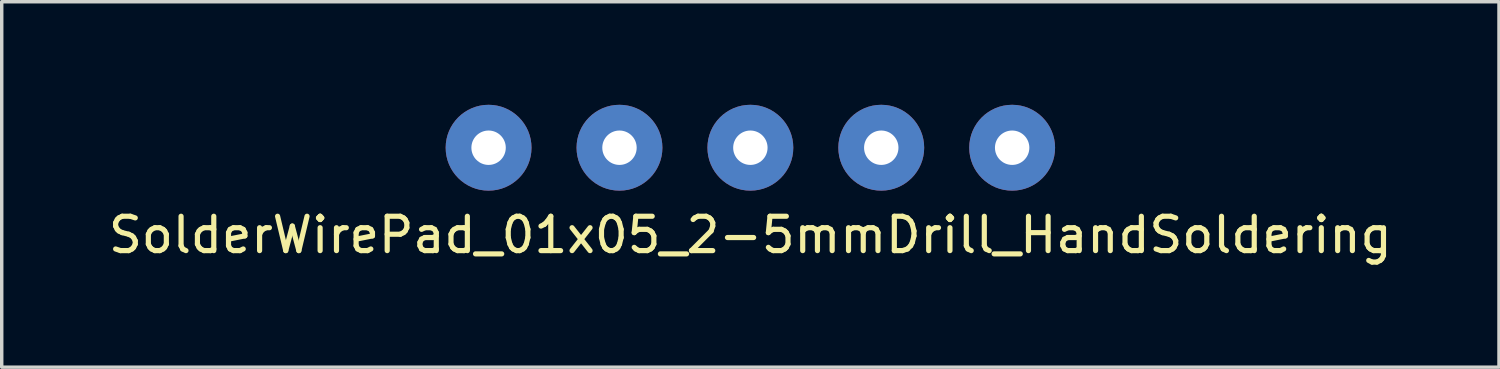
<source format=kicad_pcb>
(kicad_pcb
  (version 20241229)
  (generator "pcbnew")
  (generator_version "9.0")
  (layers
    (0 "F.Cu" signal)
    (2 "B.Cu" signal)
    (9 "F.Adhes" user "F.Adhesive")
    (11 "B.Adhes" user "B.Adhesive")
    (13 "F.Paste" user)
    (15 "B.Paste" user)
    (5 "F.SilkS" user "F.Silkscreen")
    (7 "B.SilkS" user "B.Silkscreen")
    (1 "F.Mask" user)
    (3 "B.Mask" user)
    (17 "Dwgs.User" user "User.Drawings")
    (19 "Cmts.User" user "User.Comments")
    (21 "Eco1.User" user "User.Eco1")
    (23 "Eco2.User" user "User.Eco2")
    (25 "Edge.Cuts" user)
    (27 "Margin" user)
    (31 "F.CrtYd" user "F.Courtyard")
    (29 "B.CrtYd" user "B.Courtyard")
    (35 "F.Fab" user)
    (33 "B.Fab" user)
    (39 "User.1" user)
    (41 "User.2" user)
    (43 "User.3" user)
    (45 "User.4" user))
  (footprint "SolderWirePad_01x05_2-5mmDrill_HandSoldering"
    (layer "F.Cu")
    (at 18.792 1.25)
    (property "Reference" "SolderWirePad_01x05_2-5mmDrill_HandSoldering" (at 0 2.54 0) (layer "F.SilkS") (effects (font (size 1 1) (thickness 0.15))))
    (attr through_hole)
    (pad "1" thru_hole circle (at -7.62 0) (size 2.499 2.499) (drill 1.001) (layers "*.Cu" "*.Mask"))
    (pad "2" thru_hole circle (at -3.81 0) (size 2.499 2.499) (drill 1.001) (layers "*.Cu" "*.Mask"))
    (pad "3" thru_hole circle (at 0 0) (size 2.499 2.499) (drill 1.001) (layers "*.Cu" "*.Mask"))
    (pad "4" thru_hole circle (at 3.81 0) (size 2.499 2.499) (drill 1.001) (layers "*.Cu" "*.Mask"))
    (pad "5" thru_hole circle (at 7.62 0) (size 2.499 2.499) (drill 1.001) (layers "*.Cu" "*.Mask")))
  (gr_rect
    (start -3 -3)
    (end 40.583 7.638)
    (stroke (width 0.1) (type default))
    (fill no)
    (layer "Edge.Cuts")))
</source>
